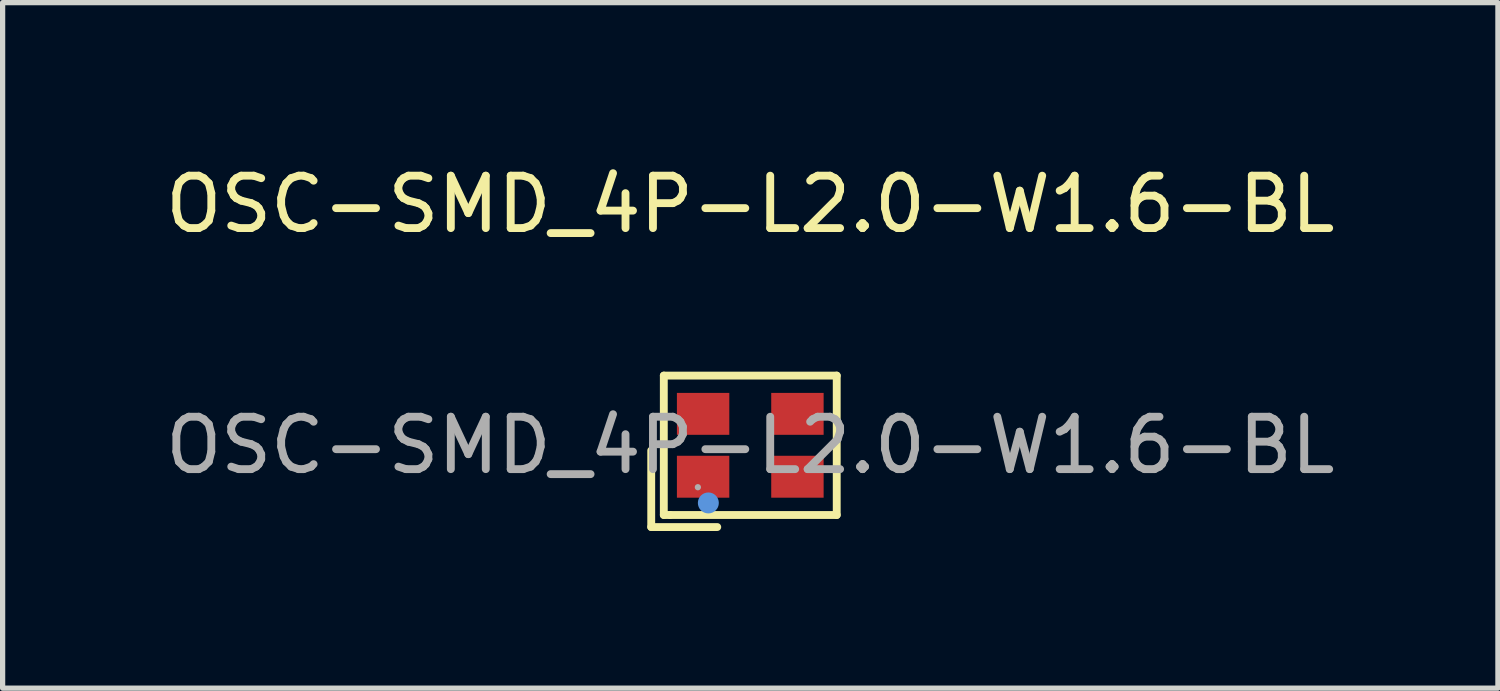
<source format=kicad_pcb>
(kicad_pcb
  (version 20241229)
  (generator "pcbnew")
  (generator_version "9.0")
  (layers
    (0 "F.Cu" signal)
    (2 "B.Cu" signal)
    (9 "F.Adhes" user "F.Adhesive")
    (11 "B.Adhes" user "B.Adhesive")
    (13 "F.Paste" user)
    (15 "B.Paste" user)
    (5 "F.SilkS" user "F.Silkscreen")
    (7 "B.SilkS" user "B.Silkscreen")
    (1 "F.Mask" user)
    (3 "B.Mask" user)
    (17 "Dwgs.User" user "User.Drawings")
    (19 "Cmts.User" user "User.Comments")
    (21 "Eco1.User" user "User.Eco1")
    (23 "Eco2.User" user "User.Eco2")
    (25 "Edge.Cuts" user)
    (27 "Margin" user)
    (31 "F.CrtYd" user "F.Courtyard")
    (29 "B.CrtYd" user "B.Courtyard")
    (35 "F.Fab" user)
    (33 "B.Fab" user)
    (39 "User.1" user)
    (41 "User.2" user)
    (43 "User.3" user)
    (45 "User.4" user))
  (footprint "OSC-SMD_4P-L2.0-W1.6-BL"
    (layer "F.Cu")
    (at 11.268 5.448)
    (property "Reference" "OSC-SMD_4P-L2.0-W1.6-BL" (at 0 -4.6 0) (layer "F.SilkS") (effects (font (size 1 1) (thickness 0.15))))
    (attr smd)
    (fp_line (start -1.89 0.1) (end -1.89 1.56) (stroke (width 0.15) (type solid)) (layer "F.SilkS"))
    (fp_line (start -1.89 1.56) (end -0.63 1.56) (stroke (width 0.15) (type solid)) (layer "F.SilkS"))
    (fp_line (start -1.65 -1.33) (end 1.65 -1.33) (stroke (width 0.15) (type solid)) (layer "F.SilkS"))
    (fp_line (start -1.65 1.33) (end -1.65 -1.33) (stroke (width 0.15) (type solid)) (layer "F.SilkS"))
    (fp_line (start -1.53 1.33) (end -1.65 1.33) (stroke (width 0.15) (type solid)) (layer "F.SilkS"))
    (fp_line (start 1.65 -1.33) (end 1.65 1.33) (stroke (width 0.15) (type solid)) (layer "F.SilkS"))
    (fp_line (start 1.65 1.33) (end -1.53 1.33) (stroke (width 0.15) (type solid)) (layer "F.SilkS"))
    (fp_circle (center -0.8 1.1) (end -0.7 1.1) (stroke (width 0.2) (type solid)) (fill no) (layer "Cmts.User"))
    (fp_circle (center -1 0.8) (end -0.97 0.8) (stroke (width 0.06) (type solid)) (fill no) (layer "F.Fab"))
    (fp_text user "${REFERENCE}" (at 0 0 0) (layer "F.Fab") (effects (font (size 1 1) (thickness 0.15))))
    (pad "1" smd rect (at -0.9 0.6 90) (size 0.8 1) (layers "F.Cu" "F.Mask" "F.Paste"))
    (pad "2" smd rect (at 0.9 0.6 90) (size 0.8 1) (layers "F.Cu" "F.Mask" "F.Paste"))
    (pad "3" smd rect (at 0.9 -0.6 90) (size 0.8 1) (layers "F.Cu" "F.Mask" "F.Paste"))
    (pad "4" smd rect (at -0.9 -0.6 90) (size 0.8 1) (layers "F.Cu" "F.Mask" "F.Paste")))
  (gr_rect
    (start -3 -3)
    (end 25.536 10.083)
    (stroke (width 0.1) (type default))
    (fill no)
    (layer "Edge.Cuts")))
</source>
